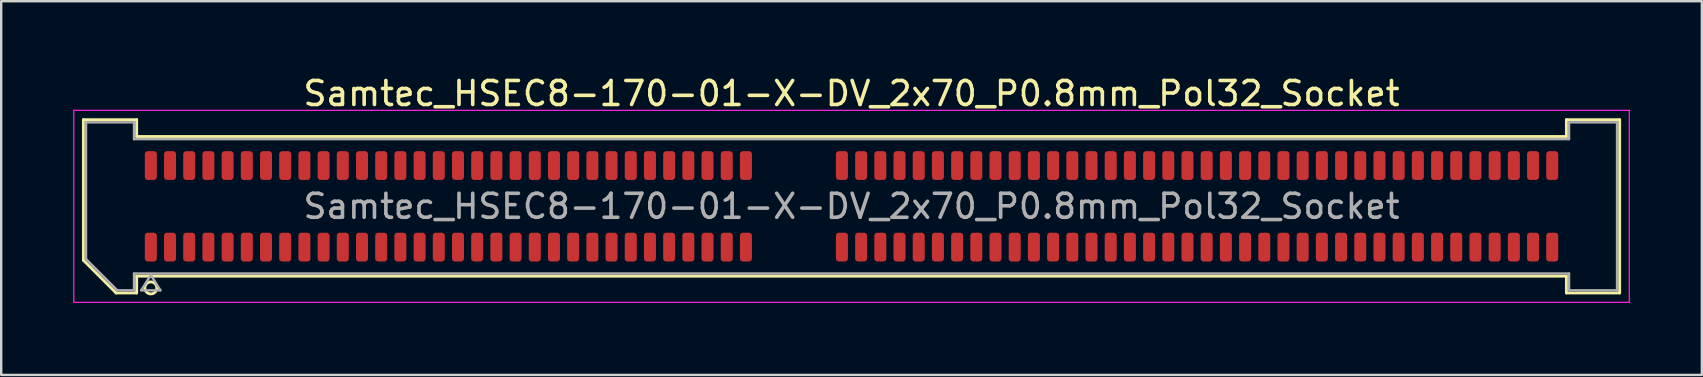
<source format=kicad_pcb>
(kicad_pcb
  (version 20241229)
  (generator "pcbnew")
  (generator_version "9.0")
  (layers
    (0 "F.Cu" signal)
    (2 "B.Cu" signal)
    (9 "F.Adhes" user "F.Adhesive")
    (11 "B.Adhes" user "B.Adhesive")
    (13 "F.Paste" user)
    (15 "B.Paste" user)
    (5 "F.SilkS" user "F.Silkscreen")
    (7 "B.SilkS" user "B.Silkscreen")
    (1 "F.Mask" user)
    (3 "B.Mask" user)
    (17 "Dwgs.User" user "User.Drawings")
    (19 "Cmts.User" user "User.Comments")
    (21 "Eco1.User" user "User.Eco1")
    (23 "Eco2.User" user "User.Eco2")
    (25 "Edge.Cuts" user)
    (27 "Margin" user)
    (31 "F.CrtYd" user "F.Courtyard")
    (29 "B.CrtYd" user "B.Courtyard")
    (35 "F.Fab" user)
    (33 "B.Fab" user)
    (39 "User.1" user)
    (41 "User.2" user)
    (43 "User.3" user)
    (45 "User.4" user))
  (footprint "Samtec_HSEC8-170-01-X-DV_2x70_P0.8mm_Pol32_Socket"
    (layer "F.Cu")
    (at 32.435 5.548)
    (property "Reference" "Samtec_HSEC8-170-01-X-DV_2x70_P0.8mm_Pol32_Socket" (at 0 -4.7 0) (layer "F.SilkS") (effects (font (size 1 1) (thickness 0.15))))
    (attr smd)
    (fp_line (start -32.01 -3.61) (end -29.79 -3.61) (stroke (width 0.12) (type solid)) (layer "F.SilkS"))
    (fp_line (start -32.01 2.246) (end -32.01 -3.61) (stroke (width 0.12) (type solid)) (layer "F.SilkS"))
    (fp_line (start -30.646 3.61) (end -32.01 2.246) (stroke (width 0.12) (type solid)) (layer "F.SilkS"))
    (fp_line (start -29.79 -3.61) (end -29.79 -2.91) (stroke (width 0.12) (type solid)) (layer "F.SilkS"))
    (fp_line (start -29.79 -2.91) (end 29.79 -2.91) (stroke (width 0.12) (type solid)) (layer "F.SilkS"))
    (fp_line (start -29.79 2.91) (end -29.79 3.61) (stroke (width 0.12) (type solid)) (layer "F.SilkS"))
    (fp_line (start -29.79 3.61) (end -30.646 3.61) (stroke (width 0.12) (type solid)) (layer "F.SilkS"))
    (fp_line (start 29.79 -3.61) (end 32.01 -3.61) (stroke (width 0.12) (type solid)) (layer "F.SilkS"))
    (fp_line (start 29.79 -2.91) (end 29.79 -3.61) (stroke (width 0.12) (type solid)) (layer "F.SilkS"))
    (fp_line (start 29.79 2.91) (end -29.79 2.91) (stroke (width 0.12) (type solid)) (layer "F.SilkS"))
    (fp_line (start 29.79 3.61) (end 29.79 2.91) (stroke (width 0.12) (type solid)) (layer "F.SilkS"))
    (fp_line (start 32.01 -3.61) (end 32.01 3.61) (stroke (width 0.12) (type solid)) (layer "F.SilkS"))
    (fp_line (start 32.01 3.61) (end 29.79 3.61) (stroke (width 0.12) (type solid)) (layer "F.SilkS"))
    (fp_arc (start -28.95 3.4) (mid -29.45 3.4) (end -28.95 3.4) (stroke (width 0.12) (type solid)) (layer "F.SilkS"))
    (fp_line (start -32.41 -4) (end -32.41 4) (stroke (width 0.05) (type solid)) (layer "F.CrtYd"))
    (fp_line (start -32.41 4) (end 32.41 4) (stroke (width 0.05) (type solid)) (layer "F.CrtYd"))
    (fp_line (start 32.41 -4) (end -32.41 -4) (stroke (width 0.05) (type solid)) (layer "F.CrtYd"))
    (fp_line (start 32.41 4) (end 32.41 -4) (stroke (width 0.05) (type solid)) (layer "F.CrtYd"))
    (fp_line (start -31.9 -3.5) (end -29.9 -3.5) (stroke (width 0.1) (type solid)) (layer "F.Fab"))
    (fp_line (start -31.9 2.2) (end -31.9 -3.5) (stroke (width 0.1) (type solid)) (layer "F.Fab"))
    (fp_line (start -30.6 3.5) (end -31.9 2.2) (stroke (width 0.1) (type solid)) (layer "F.Fab"))
    (fp_line (start -29.9 -3.5) (end -29.9 -2.8) (stroke (width 0.1) (type solid)) (layer "F.Fab"))
    (fp_line (start -29.9 -2.8) (end 29.9 -2.8) (stroke (width 0.1) (type solid)) (layer "F.Fab"))
    (fp_line (start -29.9 2.8) (end -29.9 3.5) (stroke (width 0.1) (type solid)) (layer "F.Fab"))
    (fp_line (start -29.9 3.5) (end -30.6 3.5) (stroke (width 0.1) (type solid)) (layer "F.Fab"))
    (fp_line (start -29.6 3.5) (end -29.2 2.86) (stroke (width 0.1) (type solid)) (layer "F.Fab"))
    (fp_line (start -29.2 2.86) (end -28.8 3.5) (stroke (width 0.1) (type solid)) (layer "F.Fab"))
    (fp_line (start -28.8 3.5) (end -29.6 3.5) (stroke (width 0.1) (type solid)) (layer "F.Fab"))
    (fp_line (start 29.9 -3.5) (end 31.9 -3.5) (stroke (width 0.1) (type solid)) (layer "F.Fab"))
    (fp_line (start 29.9 -2.8) (end 29.9 -3.5) (stroke (width 0.1) (type solid)) (layer "F.Fab"))
    (fp_line (start 29.9 2.8) (end -29.9 2.8) (stroke (width 0.1) (type solid)) (layer "F.Fab"))
    (fp_line (start 29.9 3.5) (end 29.9 2.8) (stroke (width 0.1) (type solid)) (layer "F.Fab"))
    (fp_line (start 31.9 -3.5) (end 31.9 3.5) (stroke (width 0.1) (type solid)) (layer "F.Fab"))
    (fp_line (start 31.9 3.5) (end 29.9 3.5) (stroke (width 0.1) (type solid)) (layer "F.Fab"))
    (fp_text user "${REFERENCE}" (at 0 0 0) (layer "F.Fab") (effects (font (size 1 1) (thickness 0.15))))
    (pad "1" smd roundrect (at -29.2 1.7) (size 0.5 1.2) (layers "F.Cu" "F.Mask" "F.Paste") (roundrect_rratio 0.25))
    (pad "2" smd roundrect (at -29.2 -1.7) (size 0.5 1.2) (layers "F.Cu" "F.Mask" "F.Paste") (roundrect_rratio 0.25))
    (pad "3" smd roundrect (at -28.4 1.7) (size 0.5 1.2) (layers "F.Cu" "F.Mask" "F.Paste") (roundrect_rratio 0.25))
    (pad "4" smd roundrect (at -28.4 -1.7) (size 0.5 1.2) (layers "F.Cu" "F.Mask" "F.Paste") (roundrect_rratio 0.25))
    (pad "5" smd roundrect (at -27.6 1.7) (size 0.5 1.2) (layers "F.Cu" "F.Mask" "F.Paste") (roundrect_rratio 0.25))
    (pad "6" smd roundrect (at -27.6 -1.7) (size 0.5 1.2) (layers "F.Cu" "F.Mask" "F.Paste") (roundrect_rratio 0.25))
    (pad "7" smd roundrect (at -26.8 1.7) (size 0.5 1.2) (layers "F.Cu" "F.Mask" "F.Paste") (roundrect_rratio 0.25))
    (pad "8" smd roundrect (at -26.8 -1.7) (size 0.5 1.2) (layers "F.Cu" "F.Mask" "F.Paste") (roundrect_rratio 0.25))
    (pad "9" smd roundrect (at -26 1.7) (size 0.5 1.2) (layers "F.Cu" "F.Mask" "F.Paste") (roundrect_rratio 0.25))
    (pad "10" smd roundrect (at -26 -1.7) (size 0.5 1.2) (layers "F.Cu" "F.Mask" "F.Paste") (roundrect_rratio 0.25))
    (pad "11" smd roundrect (at -25.2 1.7) (size 0.5 1.2) (layers "F.Cu" "F.Mask" "F.Paste") (roundrect_rratio 0.25))
    (pad "12" smd roundrect (at -25.2 -1.7) (size 0.5 1.2) (layers "F.Cu" "F.Mask" "F.Paste") (roundrect_rratio 0.25))
    (pad "13" smd roundrect (at -24.4 1.7) (size 0.5 1.2) (layers "F.Cu" "F.Mask" "F.Paste") (roundrect_rratio 0.25))
    (pad "14" smd roundrect (at -24.4 -1.7) (size 0.5 1.2) (layers "F.Cu" "F.Mask" "F.Paste") (roundrect_rratio 0.25))
    (pad "15" smd roundrect (at -23.6 1.7) (size 0.5 1.2) (layers "F.Cu" "F.Mask" "F.Paste") (roundrect_rratio 0.25))
    (pad "16" smd roundrect (at -23.6 -1.7) (size 0.5 1.2) (layers "F.Cu" "F.Mask" "F.Paste") (roundrect_rratio 0.25))
    (pad "17" smd roundrect (at -22.8 1.7) (size 0.5 1.2) (layers "F.Cu" "F.Mask" "F.Paste") (roundrect_rratio 0.25))
    (pad "18" smd roundrect (at -22.8 -1.7) (size 0.5 1.2) (layers "F.Cu" "F.Mask" "F.Paste") (roundrect_rratio 0.25))
    (pad "19" smd roundrect (at -22 1.7) (size 0.5 1.2) (layers "F.Cu" "F.Mask" "F.Paste") (roundrect_rratio 0.25))
    (pad "20" smd roundrect (at -22 -1.7) (size 0.5 1.2) (layers "F.Cu" "F.Mask" "F.Paste") (roundrect_rratio 0.25))
    (pad "21" smd roundrect (at -21.2 1.7) (size 0.5 1.2) (layers "F.Cu" "F.Mask" "F.Paste") (roundrect_rratio 0.25))
    (pad "22" smd roundrect (at -21.2 -1.7) (size 0.5 1.2) (layers "F.Cu" "F.Mask" "F.Paste") (roundrect_rratio 0.25))
    (pad "23" smd roundrect (at -20.4 1.7) (size 0.5 1.2) (layers "F.Cu" "F.Mask" "F.Paste") (roundrect_rratio 0.25))
    (pad "24" smd roundrect (at -20.4 -1.7) (size 0.5 1.2) (layers "F.Cu" "F.Mask" "F.Paste") (roundrect_rratio 0.25))
    (pad "25" smd roundrect (at -19.6 1.7) (size 0.5 1.2) (layers "F.Cu" "F.Mask" "F.Paste") (roundrect_rratio 0.25))
    (pad "26" smd roundrect (at -19.6 -1.7) (size 0.5 1.2) (layers "F.Cu" "F.Mask" "F.Paste") (roundrect_rratio 0.25))
    (pad "27" smd roundrect (at -18.8 1.7) (size 0.5 1.2) (layers "F.Cu" "F.Mask" "F.Paste") (roundrect_rratio 0.25))
    (pad "28" smd roundrect (at -18.8 -1.7) (size 0.5 1.2) (layers "F.Cu" "F.Mask" "F.Paste") (roundrect_rratio 0.25))
    (pad "29" smd roundrect (at -18 1.7) (size 0.5 1.2) (layers "F.Cu" "F.Mask" "F.Paste") (roundrect_rratio 0.25))
    (pad "30" smd roundrect (at -18 -1.7) (size 0.5 1.2) (layers "F.Cu" "F.Mask" "F.Paste") (roundrect_rratio 0.25))
    (pad "31" smd roundrect (at -17.2 1.7) (size 0.5 1.2) (layers "F.Cu" "F.Mask" "F.Paste") (roundrect_rratio 0.25))
    (pad "32" smd roundrect (at -17.2 -1.7) (size 0.5 1.2) (layers "F.Cu" "F.Mask" "F.Paste") (roundrect_rratio 0.25))
    (pad "33" smd roundrect (at -16.4 1.7) (size 0.5 1.2) (layers "F.Cu" "F.Mask" "F.Paste") (roundrect_rratio 0.25))
    (pad "34" smd roundrect (at -16.4 -1.7) (size 0.5 1.2) (layers "F.Cu" "F.Mask" "F.Paste") (roundrect_rratio 0.25))
    (pad "35" smd roundrect (at -15.6 1.7) (size 0.5 1.2) (layers "F.Cu" "F.Mask" "F.Paste") (roundrect_rratio 0.25))
    (pad "36" smd roundrect (at -15.6 -1.7) (size 0.5 1.2) (layers "F.Cu" "F.Mask" "F.Paste") (roundrect_rratio 0.25))
    (pad "37" smd roundrect (at -14.8 1.7) (size 0.5 1.2) (layers "F.Cu" "F.Mask" "F.Paste") (roundrect_rratio 0.25))
    (pad "38" smd roundrect (at -14.8 -1.7) (size 0.5 1.2) (layers "F.Cu" "F.Mask" "F.Paste") (roundrect_rratio 0.25))
    (pad "39" smd roundrect (at -14 1.7) (size 0.5 1.2) (layers "F.Cu" "F.Mask" "F.Paste") (roundrect_rratio 0.25))
    (pad "40" smd roundrect (at -14 -1.7) (size 0.5 1.2) (layers "F.Cu" "F.Mask" "F.Paste") (roundrect_rratio 0.25))
    (pad "41" smd roundrect (at -13.2 1.7) (size 0.5 1.2) (layers "F.Cu" "F.Mask" "F.Paste") (roundrect_rratio 0.25))
    (pad "42" smd roundrect (at -13.2 -1.7) (size 0.5 1.2) (layers "F.Cu" "F.Mask" "F.Paste") (roundrect_rratio 0.25))
    (pad "43" smd roundrect (at -12.4 1.7) (size 0.5 1.2) (layers "F.Cu" "F.Mask" "F.Paste") (roundrect_rratio 0.25))
    (pad "44" smd roundrect (at -12.4 -1.7) (size 0.5 1.2) (layers "F.Cu" "F.Mask" "F.Paste") (roundrect_rratio 0.25))
    (pad "45" smd roundrect (at -11.6 1.7) (size 0.5 1.2) (layers "F.Cu" "F.Mask" "F.Paste") (roundrect_rratio 0.25))
    (pad "46" smd roundrect (at -11.6 -1.7) (size 0.5 1.2) (layers "F.Cu" "F.Mask" "F.Paste") (roundrect_rratio 0.25))
    (pad "47" smd roundrect (at -10.8 1.7) (size 0.5 1.2) (layers "F.Cu" "F.Mask" "F.Paste") (roundrect_rratio 0.25))
    (pad "48" smd roundrect (at -10.8 -1.7) (size 0.5 1.2) (layers "F.Cu" "F.Mask" "F.Paste") (roundrect_rratio 0.25))
    (pad "49" smd roundrect (at -10 1.7) (size 0.5 1.2) (layers "F.Cu" "F.Mask" "F.Paste") (roundrect_rratio 0.25))
    (pad "50" smd roundrect (at -10 -1.7) (size 0.5 1.2) (layers "F.Cu" "F.Mask" "F.Paste") (roundrect_rratio 0.25))
    (pad "51" smd roundrect (at -9.2 1.7) (size 0.5 1.2) (layers "F.Cu" "F.Mask" "F.Paste") (roundrect_rratio 0.25))
    (pad "52" smd roundrect (at -9.2 -1.7) (size 0.5 1.2) (layers "F.Cu" "F.Mask" "F.Paste") (roundrect_rratio 0.25))
    (pad "53" smd roundrect (at -8.4 1.7) (size 0.5 1.2) (layers "F.Cu" "F.Mask" "F.Paste") (roundrect_rratio 0.25))
    (pad "54" smd roundrect (at -8.4 -1.7) (size 0.5 1.2) (layers "F.Cu" "F.Mask" "F.Paste") (roundrect_rratio 0.25))
    (pad "55" smd roundrect (at -7.6 1.7) (size 0.5 1.2) (layers "F.Cu" "F.Mask" "F.Paste") (roundrect_rratio 0.25))
    (pad "56" smd roundrect (at -7.6 -1.7) (size 0.5 1.2) (layers "F.Cu" "F.Mask" "F.Paste") (roundrect_rratio 0.25))
    (pad "57" smd roundrect (at -6.8 1.7) (size 0.5 1.2) (layers "F.Cu" "F.Mask" "F.Paste") (roundrect_rratio 0.25))
    (pad "58" smd roundrect (at -6.8 -1.7) (size 0.5 1.2) (layers "F.Cu" "F.Mask" "F.Paste") (roundrect_rratio 0.25))
    (pad "59" smd roundrect (at -6 1.7) (size 0.5 1.2) (layers "F.Cu" "F.Mask" "F.Paste") (roundrect_rratio 0.25))
    (pad "60" smd roundrect (at -6 -1.7) (size 0.5 1.2) (layers "F.Cu" "F.Mask" "F.Paste") (roundrect_rratio 0.25))
    (pad "61" smd roundrect (at -5.2 1.7) (size 0.5 1.2) (layers "F.Cu" "F.Mask" "F.Paste") (roundrect_rratio 0.25))
    (pad "62" smd roundrect (at -5.2 -1.7) (size 0.5 1.2) (layers "F.Cu" "F.Mask" "F.Paste") (roundrect_rratio 0.25))
    (pad "63" smd roundrect (at -4.4 1.7) (size 0.5 1.2) (layers "F.Cu" "F.Mask" "F.Paste") (roundrect_rratio 0.25))
    (pad "64" smd roundrect (at -4.4 -1.7) (size 0.5 1.2) (layers "F.Cu" "F.Mask" "F.Paste") (roundrect_rratio 0.25))
    (pad "65" smd roundrect (at -0.4 1.7) (size 0.5 1.2) (layers "F.Cu" "F.Mask" "F.Paste") (roundrect_rratio 0.25))
    (pad "66" smd roundrect (at -0.4 -1.7) (size 0.5 1.2) (layers "F.Cu" "F.Mask" "F.Paste") (roundrect_rratio 0.25))
    (pad "67" smd roundrect (at 0.4 1.7) (size 0.5 1.2) (layers "F.Cu" "F.Mask" "F.Paste") (roundrect_rratio 0.25))
    (pad "68" smd roundrect (at 0.4 -1.7) (size 0.5 1.2) (layers "F.Cu" "F.Mask" "F.Paste") (roundrect_rratio 0.25))
    (pad "69" smd roundrect (at 1.2 1.7) (size 0.5 1.2) (layers "F.Cu" "F.Mask" "F.Paste") (roundrect_rratio 0.25))
    (pad "70" smd roundrect (at 1.2 -1.7) (size 0.5 1.2) (layers "F.Cu" "F.Mask" "F.Paste") (roundrect_rratio 0.25))
    (pad "71" smd roundrect (at 2 1.7) (size 0.5 1.2) (layers "F.Cu" "F.Mask" "F.Paste") (roundrect_rratio 0.25))
    (pad "72" smd roundrect (at 2 -1.7) (size 0.5 1.2) (layers "F.Cu" "F.Mask" "F.Paste") (roundrect_rratio 0.25))
    (pad "73" smd roundrect (at 2.8 1.7) (size 0.5 1.2) (layers "F.Cu" "F.Mask" "F.Paste") (roundrect_rratio 0.25))
    (pad "74" smd roundrect (at 2.8 -1.7) (size 0.5 1.2) (layers "F.Cu" "F.Mask" "F.Paste") (roundrect_rratio 0.25))
    (pad "75" smd roundrect (at 3.6 1.7) (size 0.5 1.2) (layers "F.Cu" "F.Mask" "F.Paste") (roundrect_rratio 0.25))
    (pad "76" smd roundrect (at 3.6 -1.7) (size 0.5 1.2) (layers "F.Cu" "F.Mask" "F.Paste") (roundrect_rratio 0.25))
    (pad "77" smd roundrect (at 4.4 1.7) (size 0.5 1.2) (layers "F.Cu" "F.Mask" "F.Paste") (roundrect_rratio 0.25))
    (pad "78" smd roundrect (at 4.4 -1.7) (size 0.5 1.2) (layers "F.Cu" "F.Mask" "F.Paste") (roundrect_rratio 0.25))
    (pad "79" smd roundrect (at 5.2 1.7) (size 0.5 1.2) (layers "F.Cu" "F.Mask" "F.Paste") (roundrect_rratio 0.25))
    (pad "80" smd roundrect (at 5.2 -1.7) (size 0.5 1.2) (layers "F.Cu" "F.Mask" "F.Paste") (roundrect_rratio 0.25))
    (pad "81" smd roundrect (at 6 1.7) (size 0.5 1.2) (layers "F.Cu" "F.Mask" "F.Paste") (roundrect_rratio 0.25))
    (pad "82" smd roundrect (at 6 -1.7) (size 0.5 1.2) (layers "F.Cu" "F.Mask" "F.Paste") (roundrect_rratio 0.25))
    (pad "83" smd roundrect (at 6.8 1.7) (size 0.5 1.2) (layers "F.Cu" "F.Mask" "F.Paste") (roundrect_rratio 0.25))
    (pad "84" smd roundrect (at 6.8 -1.7) (size 0.5 1.2) (layers "F.Cu" "F.Mask" "F.Paste") (roundrect_rratio 0.25))
    (pad "85" smd roundrect (at 7.6 1.7) (size 0.5 1.2) (layers "F.Cu" "F.Mask" "F.Paste") (roundrect_rratio 0.25))
    (pad "86" smd roundrect (at 7.6 -1.7) (size 0.5 1.2) (layers "F.Cu" "F.Mask" "F.Paste") (roundrect_rratio 0.25))
    (pad "87" smd roundrect (at 8.4 1.7) (size 0.5 1.2) (layers "F.Cu" "F.Mask" "F.Paste") (roundrect_rratio 0.25))
    (pad "88" smd roundrect (at 8.4 -1.7) (size 0.5 1.2) (layers "F.Cu" "F.Mask" "F.Paste") (roundrect_rratio 0.25))
    (pad "89" smd roundrect (at 9.2 1.7) (size 0.5 1.2) (layers "F.Cu" "F.Mask" "F.Paste") (roundrect_rratio 0.25))
    (pad "90" smd roundrect (at 9.2 -1.7) (size 0.5 1.2) (layers "F.Cu" "F.Mask" "F.Paste") (roundrect_rratio 0.25))
    (pad "91" smd roundrect (at 10 1.7) (size 0.5 1.2) (layers "F.Cu" "F.Mask" "F.Paste") (roundrect_rratio 0.25))
    (pad "92" smd roundrect (at 10 -1.7) (size 0.5 1.2) (layers "F.Cu" "F.Mask" "F.Paste") (roundrect_rratio 0.25))
    (pad "93" smd roundrect (at 10.8 1.7) (size 0.5 1.2) (layers "F.Cu" "F.Mask" "F.Paste") (roundrect_rratio 0.25))
    (pad "94" smd roundrect (at 10.8 -1.7) (size 0.5 1.2) (layers "F.Cu" "F.Mask" "F.Paste") (roundrect_rratio 0.25))
    (pad "95" smd roundrect (at 11.6 1.7) (size 0.5 1.2) (layers "F.Cu" "F.Mask" "F.Paste") (roundrect_rratio 0.25))
    (pad "96" smd roundrect (at 11.6 -1.7) (size 0.5 1.2) (layers "F.Cu" "F.Mask" "F.Paste") (roundrect_rratio 0.25))
    (pad "97" smd roundrect (at 12.4 1.7) (size 0.5 1.2) (layers "F.Cu" "F.Mask" "F.Paste") (roundrect_rratio 0.25))
    (pad "98" smd roundrect (at 12.4 -1.7) (size 0.5 1.2) (layers "F.Cu" "F.Mask" "F.Paste") (roundrect_rratio 0.25))
    (pad "99" smd roundrect (at 13.2 1.7) (size 0.5 1.2) (layers "F.Cu" "F.Mask" "F.Paste") (roundrect_rratio 0.25))
    (pad "100" smd roundrect (at 13.2 -1.7) (size 0.5 1.2) (layers "F.Cu" "F.Mask" "F.Paste") (roundrect_rratio 0.25))
    (pad "101" smd roundrect (at 14 1.7) (size 0.5 1.2) (layers "F.Cu" "F.Mask" "F.Paste") (roundrect_rratio 0.25))
    (pad "102" smd roundrect (at 14 -1.7) (size 0.5 1.2) (layers "F.Cu" "F.Mask" "F.Paste") (roundrect_rratio 0.25))
    (pad "103" smd roundrect (at 14.8 1.7) (size 0.5 1.2) (layers "F.Cu" "F.Mask" "F.Paste") (roundrect_rratio 0.25))
    (pad "104" smd roundrect (at 14.8 -1.7) (size 0.5 1.2) (layers "F.Cu" "F.Mask" "F.Paste") (roundrect_rratio 0.25))
    (pad "105" smd roundrect (at 15.6 1.7) (size 0.5 1.2) (layers "F.Cu" "F.Mask" "F.Paste") (roundrect_rratio 0.25))
    (pad "106" smd roundrect (at 15.6 -1.7) (size 0.5 1.2) (layers "F.Cu" "F.Mask" "F.Paste") (roundrect_rratio 0.25))
    (pad "107" smd roundrect (at 16.4 1.7) (size 0.5 1.2) (layers "F.Cu" "F.Mask" "F.Paste") (roundrect_rratio 0.25))
    (pad "108" smd roundrect (at 16.4 -1.7) (size 0.5 1.2) (layers "F.Cu" "F.Mask" "F.Paste") (roundrect_rratio 0.25))
    (pad "109" smd roundrect (at 17.2 1.7) (size 0.5 1.2) (layers "F.Cu" "F.Mask" "F.Paste") (roundrect_rratio 0.25))
    (pad "110" smd roundrect (at 17.2 -1.7) (size 0.5 1.2) (layers "F.Cu" "F.Mask" "F.Paste") (roundrect_rratio 0.25))
    (pad "111" smd roundrect (at 18 1.7) (size 0.5 1.2) (layers "F.Cu" "F.Mask" "F.Paste") (roundrect_rratio 0.25))
    (pad "112" smd roundrect (at 18 -1.7) (size 0.5 1.2) (layers "F.Cu" "F.Mask" "F.Paste") (roundrect_rratio 0.25))
    (pad "113" smd roundrect (at 18.8 1.7) (size 0.5 1.2) (layers "F.Cu" "F.Mask" "F.Paste") (roundrect_rratio 0.25))
    (pad "114" smd roundrect (at 18.8 -1.7) (size 0.5 1.2) (layers "F.Cu" "F.Mask" "F.Paste") (roundrect_rratio 0.25))
    (pad "115" smd roundrect (at 19.6 1.7) (size 0.5 1.2) (layers "F.Cu" "F.Mask" "F.Paste") (roundrect_rratio 0.25))
    (pad "116" smd roundrect (at 19.6 -1.7) (size 0.5 1.2) (layers "F.Cu" "F.Mask" "F.Paste") (roundrect_rratio 0.25))
    (pad "117" smd roundrect (at 20.4 1.7) (size 0.5 1.2) (layers "F.Cu" "F.Mask" "F.Paste") (roundrect_rratio 0.25))
    (pad "118" smd roundrect (at 20.4 -1.7) (size 0.5 1.2) (layers "F.Cu" "F.Mask" "F.Paste") (roundrect_rratio 0.25))
    (pad "119" smd roundrect (at 21.2 1.7) (size 0.5 1.2) (layers "F.Cu" "F.Mask" "F.Paste") (roundrect_rratio 0.25))
    (pad "120" smd roundrect (at 21.2 -1.7) (size 0.5 1.2) (layers "F.Cu" "F.Mask" "F.Paste") (roundrect_rratio 0.25))
    (pad "121" smd roundrect (at 22 1.7) (size 0.5 1.2) (layers "F.Cu" "F.Mask" "F.Paste") (roundrect_rratio 0.25))
    (pad "122" smd roundrect (at 22 -1.7) (size 0.5 1.2) (layers "F.Cu" "F.Mask" "F.Paste") (roundrect_rratio 0.25))
    (pad "123" smd roundrect (at 22.8 1.7) (size 0.5 1.2) (layers "F.Cu" "F.Mask" "F.Paste") (roundrect_rratio 0.25))
    (pad "124" smd roundrect (at 22.8 -1.7) (size 0.5 1.2) (layers "F.Cu" "F.Mask" "F.Paste") (roundrect_rratio 0.25))
    (pad "125" smd roundrect (at 23.6 1.7) (size 0.5 1.2) (layers "F.Cu" "F.Mask" "F.Paste") (roundrect_rratio 0.25))
    (pad "126" smd roundrect (at 23.6 -1.7) (size 0.5 1.2) (layers "F.Cu" "F.Mask" "F.Paste") (roundrect_rratio 0.25))
    (pad "127" smd roundrect (at 24.4 1.7) (size 0.5 1.2) (layers "F.Cu" "F.Mask" "F.Paste") (roundrect_rratio 0.25))
    (pad "128" smd roundrect (at 24.4 -1.7) (size 0.5 1.2) (layers "F.Cu" "F.Mask" "F.Paste") (roundrect_rratio 0.25))
    (pad "129" smd roundrect (at 25.2 1.7) (size 0.5 1.2) (layers "F.Cu" "F.Mask" "F.Paste") (roundrect_rratio 0.25))
    (pad "130" smd roundrect (at 25.2 -1.7) (size 0.5 1.2) (layers "F.Cu" "F.Mask" "F.Paste") (roundrect_rratio 0.25))
    (pad "131" smd roundrect (at 26 1.7) (size 0.5 1.2) (layers "F.Cu" "F.Mask" "F.Paste") (roundrect_rratio 0.25))
    (pad "132" smd roundrect (at 26 -1.7) (size 0.5 1.2) (layers "F.Cu" "F.Mask" "F.Paste") (roundrect_rratio 0.25))
    (pad "133" smd roundrect (at 26.8 1.7) (size 0.5 1.2) (layers "F.Cu" "F.Mask" "F.Paste") (roundrect_rratio 0.25))
    (pad "134" smd roundrect (at 26.8 -1.7) (size 0.5 1.2) (layers "F.Cu" "F.Mask" "F.Paste") (roundrect_rratio 0.25))
    (pad "135" smd roundrect (at 27.6 1.7) (size 0.5 1.2) (layers "F.Cu" "F.Mask" "F.Paste") (roundrect_rratio 0.25))
    (pad "136" smd roundrect (at 27.6 -1.7) (size 0.5 1.2) (layers "F.Cu" "F.Mask" "F.Paste") (roundrect_rratio 0.25))
    (pad "137" smd roundrect (at 28.4 1.7) (size 0.5 1.2) (layers "F.Cu" "F.Mask" "F.Paste") (roundrect_rratio 0.25))
    (pad "138" smd roundrect (at 28.4 -1.7) (size 0.5 1.2) (layers "F.Cu" "F.Mask" "F.Paste") (roundrect_rratio 0.25))
    (pad "139" smd roundrect (at 29.2 1.7) (size 0.5 1.2) (layers "F.Cu" "F.Mask" "F.Paste") (roundrect_rratio 0.25))
    (pad "140" smd roundrect (at 29.2 -1.7) (size 0.5 1.2) (layers "F.Cu" "F.Mask" "F.Paste") (roundrect_rratio 0.25)))
  (gr_rect
    (start -3 -3)
    (end 67.87 12.573)
    (stroke (width 0.1) (type default))
    (fill no)
    (layer "Edge.Cuts")))
</source>
